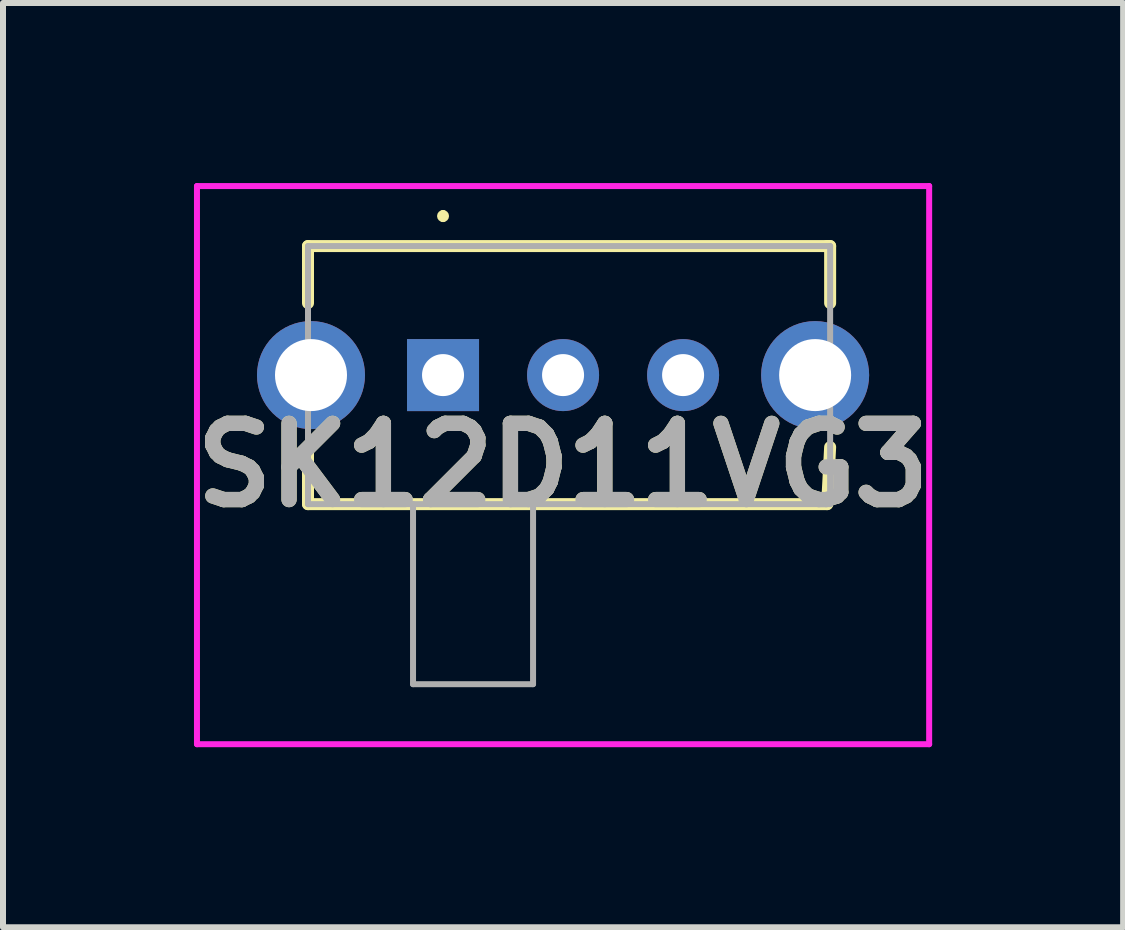
<source format=kicad_pcb>
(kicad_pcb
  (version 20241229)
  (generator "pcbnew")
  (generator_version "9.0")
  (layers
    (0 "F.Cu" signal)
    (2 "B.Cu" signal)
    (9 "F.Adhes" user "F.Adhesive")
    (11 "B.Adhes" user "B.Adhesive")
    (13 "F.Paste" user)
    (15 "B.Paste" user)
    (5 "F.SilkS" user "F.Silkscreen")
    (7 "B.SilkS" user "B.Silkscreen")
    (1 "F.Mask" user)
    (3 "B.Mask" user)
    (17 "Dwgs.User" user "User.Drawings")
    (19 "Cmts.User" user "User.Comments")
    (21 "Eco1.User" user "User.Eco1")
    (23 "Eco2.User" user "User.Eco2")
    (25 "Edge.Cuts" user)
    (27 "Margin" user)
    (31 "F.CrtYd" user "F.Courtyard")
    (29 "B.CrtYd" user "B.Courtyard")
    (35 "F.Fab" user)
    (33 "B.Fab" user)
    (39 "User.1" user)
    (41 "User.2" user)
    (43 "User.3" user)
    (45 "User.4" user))
  (footprint "SK12D11VG3"
    (layer "F.Cu")
    (at 4.332 3.2)
    (property "Reference" "SK12D11VG3" (at 2 1.5 0) (layer "F.SilkS") (effects (font (size 1.27 1.27) (thickness 0.254))))
    (attr through_hole)
    (fp_line (start -2.25 -2.15) (end 6.4 -2.15) (stroke (width 0.2) (type solid)) (layer "F.SilkS"))
    (fp_line (start -2.25 -1.2) (end -2.25 -2.15) (stroke (width 0.2) (type solid)) (layer "F.SilkS"))
    (fp_line (start -2.25 1.2) (end -2.25 2.15) (stroke (width 0.2) (type solid)) (layer "F.SilkS"))
    (fp_line (start -2.25 2.15) (end 6.4 2.15) (stroke (width 0.2) (type solid)) (layer "F.SilkS"))
    (fp_line (start 0 -2.7) (end 0 -2.7) (stroke (width 0.1) (type solid)) (layer "F.SilkS"))
    (fp_line (start 0 -2.6) (end 0 -2.6) (stroke (width 0.1) (type solid)) (layer "F.SilkS"))
    (fp_line (start 6.4 -2.15) (end 6.45 -2.15) (stroke (width 0.2) (type solid)) (layer "F.SilkS"))
    (fp_line (start 6.4 2.15) (end 6.45 1.2) (stroke (width 0.2) (type solid)) (layer "F.SilkS"))
    (fp_line (start 6.45 -2.15) (end 6.45 -1.2) (stroke (width 0.2) (type solid)) (layer "F.SilkS"))
    (fp_arc (start 0 -2.7) (mid 0.05 -2.65) (end 0 -2.6) (stroke (width 0.1) (type solid)) (layer "F.SilkS"))
    (fp_arc (start 0 -2.6) (mid -0.05 -2.65) (end 0 -2.7) (stroke (width 0.1) (type solid)) (layer "F.SilkS"))
    (fp_line (start -4.1 -3.15) (end 8.1 -3.15) (stroke (width 0.1) (type solid)) (layer "F.CrtYd"))
    (fp_line (start -4.1 6.15) (end -4.1 -3.15) (stroke (width 0.1) (type solid)) (layer "F.CrtYd"))
    (fp_line (start 8.1 -3.15) (end 8.1 6.15) (stroke (width 0.1) (type solid)) (layer "F.CrtYd"))
    (fp_line (start 8.1 6.15) (end -4.1 6.15) (stroke (width 0.1) (type solid)) (layer "F.CrtYd"))
    (fp_line (start -2.25 -2.15) (end 6.45 -2.15) (stroke (width 0.1) (type solid)) (layer "F.Fab"))
    (fp_line (start -2.25 2.15) (end -2.25 -2.15) (stroke (width 0.1) (type solid)) (layer "F.Fab"))
    (fp_line (start -0.5 5.15) (end -0.5 2.15) (stroke (width 0.1) (type solid)) (layer "F.Fab"))
    (fp_line (start 1.5 2.15) (end 1.5 5.15) (stroke (width 0.1) (type solid)) (layer "F.Fab"))
    (fp_line (start 1.5 5.15) (end -0.5 5.15) (stroke (width 0.1) (type solid)) (layer "F.Fab"))
    (fp_line (start 6.45 -2.15) (end 6.45 2.15) (stroke (width 0.1) (type solid)) (layer "F.Fab"))
    (fp_line (start 6.45 2.15) (end -2.25 2.15) (stroke (width 0.1) (type solid)) (layer "F.Fab"))
    (fp_text user "${REFERENCE}" (at 2 1.5 0) (layer "F.Fab") (effects (font (size 1.27 1.27) (thickness 0.254))))
    (pad "1" thru_hole rect (at 0 0) (size 1.2 1.2) (drill 0.7) (layers "*.Cu" "*.Mask"))
    (pad "2" thru_hole circle (at 2 0) (size 1.2 1.2) (drill 0.7) (layers "*.Cu" "*.Mask"))
    (pad "3" thru_hole circle (at 4 0) (size 1.2 1.2) (drill 0.7) (layers "*.Cu" "*.Mask"))
    (pad "MH1" thru_hole circle (at -2.2 0) (size 1.8 1.8) (drill 1.2) (layers "*.Cu" "*.Mask"))
    (pad "MH2" thru_hole circle (at 6.2 0) (size 1.8 1.8) (drill 1.2) (layers "*.Cu" "*.Mask")))
  (gr_rect
    (start -3 -3)
    (end 15.664 12.4)
    (stroke (width 0.1) (type default))
    (fill no)
    (layer "Edge.Cuts")))
</source>
